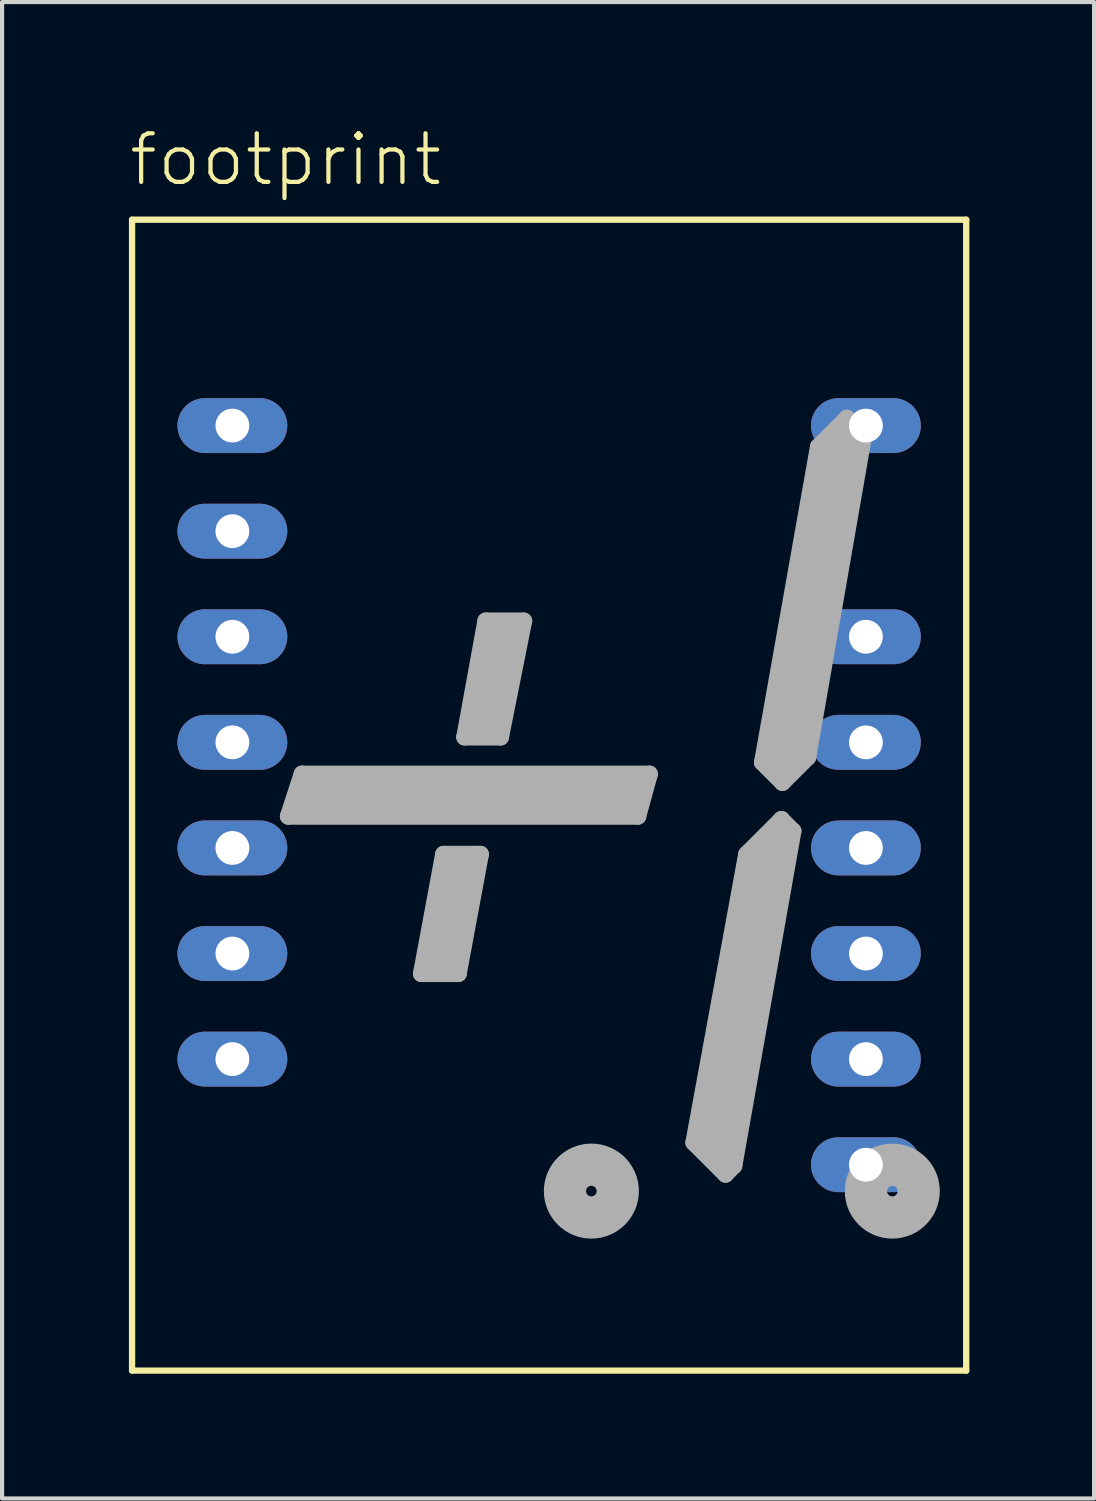
<source format=kicad_pcb>
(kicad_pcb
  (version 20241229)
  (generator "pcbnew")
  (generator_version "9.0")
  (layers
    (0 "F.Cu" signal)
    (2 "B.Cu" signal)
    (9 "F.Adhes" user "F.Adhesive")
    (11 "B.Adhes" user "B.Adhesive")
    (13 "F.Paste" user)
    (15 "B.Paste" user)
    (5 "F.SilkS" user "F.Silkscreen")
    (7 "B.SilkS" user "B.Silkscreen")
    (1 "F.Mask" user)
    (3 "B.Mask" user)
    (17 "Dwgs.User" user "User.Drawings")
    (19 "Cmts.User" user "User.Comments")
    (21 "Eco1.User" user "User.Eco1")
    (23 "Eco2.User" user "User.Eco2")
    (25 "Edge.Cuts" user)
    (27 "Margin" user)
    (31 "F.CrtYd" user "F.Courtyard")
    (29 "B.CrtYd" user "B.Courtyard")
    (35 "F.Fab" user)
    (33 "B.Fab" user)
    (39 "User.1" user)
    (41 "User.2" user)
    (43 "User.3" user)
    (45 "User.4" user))
  (footprint "footprint"
    (layer "F.Cu")
    (at 10.16 16.078)
    (property "Reference" "footprint" (at -10.16 -14.605 0) (layer "F.SilkS") (effects (font (size 1.168 1.168) (thickness 0.102)) (justify left bottom)))
    (fp_line (start -10.033 -13.843) (end -10.033 13.843) (stroke (width 0.152) (type solid)) (layer "F.SilkS"))
    (fp_line (start -10.033 -13.843) (end 10.033 -13.843) (stroke (width 0.152) (type solid)) (layer "F.SilkS"))
    (fp_line (start 10.033 13.843) (end -10.033 13.843) (stroke (width 0.152) (type solid)) (layer "F.SilkS"))
    (fp_line (start 10.033 13.843) (end 10.033 -13.843) (stroke (width 0.152) (type solid)) (layer "F.SilkS"))
    (fp_line (start -6.274 0.508) (end -5.944 -0.508) (stroke (width 0.406) (type solid)) (layer "F.Fab"))
    (fp_line (start -5.944 -0.508) (end 2.413 -0.508) (stroke (width 0.406) (type solid)) (layer "F.Fab"))
    (fp_line (start -3.073 4.293) (end -2.184 4.293) (stroke (width 0.406) (type solid)) (layer "F.Fab"))
    (fp_line (start -2.54 1.422) (end -3.073 4.293) (stroke (width 0.406) (type solid)) (layer "F.Fab"))
    (fp_line (start -2.54 1.422) (end -1.651 1.422) (stroke (width 0.406) (type solid)) (layer "F.Fab"))
    (fp_line (start -2.515 3.937) (end -2.134 1.829) (stroke (width 0.813) (type solid)) (layer "F.Fab"))
    (fp_line (start -2.184 4.293) (end -1.651 1.422) (stroke (width 0.406) (type solid)) (layer "F.Fab"))
    (fp_line (start -2.032 -1.397) (end -1.524 -4.191) (stroke (width 0.406) (type solid)) (layer "F.Fab"))
    (fp_line (start -1.6 -1.778) (end -1.194 -3.785) (stroke (width 0.813) (type solid)) (layer "F.Fab"))
    (fp_line (start -1.524 -4.191) (end -0.61 -4.191) (stroke (width 0.406) (type solid)) (layer "F.Fab"))
    (fp_line (start -1.168 -1.397) (end -2.032 -1.397) (stroke (width 0.406) (type solid)) (layer "F.Fab"))
    (fp_line (start -0.61 -4.191) (end -1.168 -1.397) (stroke (width 0.406) (type solid)) (layer "F.Fab"))
    (fp_line (start 1.956 0) (end -5.817 0) (stroke (width 0.813) (type solid)) (layer "F.Fab"))
    (fp_line (start 2.134 0.508) (end -6.274 0.508) (stroke (width 0.406) (type solid)) (layer "F.Fab"))
    (fp_line (start 2.413 -0.508) (end 2.134 0.508) (stroke (width 0.406) (type solid)) (layer "F.Fab"))
    (fp_line (start 3.48 8.357) (end 4.242 9.119) (stroke (width 0.406) (type solid)) (layer "F.Fab"))
    (fp_line (start 4.242 9.119) (end 4.445 8.915) (stroke (width 0.406) (type solid)) (layer "F.Fab"))
    (fp_line (start 4.445 8.915) (end 5.867 0.864) (stroke (width 0.406) (type solid)) (layer "F.Fab"))
    (fp_line (start 4.75 1.422) (end 3.48 8.357) (stroke (width 0.406) (type solid)) (layer "F.Fab"))
    (fp_line (start 5.131 -0.787) (end 5.613 -0.305) (stroke (width 0.406) (type solid)) (layer "F.Fab"))
    (fp_line (start 5.385 1.168) (end 4.039 8.534) (stroke (width 0.813) (type solid)) (layer "F.Fab"))
    (fp_line (start 5.588 0.584) (end 4.75 1.422) (stroke (width 0.406) (type solid)) (layer "F.Fab"))
    (fp_line (start 5.613 -0.305) (end 6.223 -0.914) (stroke (width 0.406) (type solid)) (layer "F.Fab"))
    (fp_line (start 5.867 0.864) (end 5.588 0.584) (stroke (width 0.406) (type solid)) (layer "F.Fab"))
    (fp_line (start 6.223 -0.914) (end 7.569 -8.661) (stroke (width 0.406) (type solid)) (layer "F.Fab"))
    (fp_line (start 6.477 -8.382) (end 5.131 -0.787) (stroke (width 0.406) (type solid)) (layer "F.Fab"))
    (fp_line (start 6.985 -8.56) (end 5.664 -0.914) (stroke (width 0.813) (type solid)) (layer "F.Fab"))
    (fp_line (start 7.163 -9.068) (end 6.477 -8.382) (stroke (width 0.406) (type solid)) (layer "F.Fab"))
    (fp_line (start 7.569 -8.661) (end 7.163 -9.068) (stroke (width 0.406) (type solid)) (layer "F.Fab"))
    (fp_circle (center 1.016 9.525) (end 1.651 9.525) (stroke (width 1.016) (type solid)) (fill no) (layer "F.Fab"))
    (fp_circle (center 8.255 9.525) (end 8.89 9.525) (stroke (width 1.016) (type solid)) (fill no) (layer "F.Fab"))
    (fp_poly (pts (xy 0.381 10.16) (xy 1.651 10.16) (xy 1.651 8.89) (xy 0.381 8.89)) (stroke (width 0.1) (type solid)) (fill no) (layer "F.Fab"))
    (fp_poly (pts (xy 7.62 10.16) (xy 8.89 10.16) (xy 8.89 8.89) (xy 7.62 8.89)) (stroke (width 0.1) (type solid)) (fill no) (layer "F.Fab"))
    (pad "2" thru_hole oval (at -7.62 -8.89) (size 2.642 1.321) (drill 0.813) (layers "*.Cu" "*.Mask"))
    (pad "3" thru_hole oval (at -7.62 -6.35) (size 2.642 1.321) (drill 0.813) (layers "*.Cu" "*.Mask"))
    (pad "4" thru_hole oval (at -7.62 -3.81) (size 2.642 1.321) (drill 0.813) (layers "*.Cu" "*.Mask"))
    (pad "5" thru_hole oval (at -7.62 -1.27) (size 2.642 1.321) (drill 0.813) (layers "*.Cu" "*.Mask"))
    (pad "6" thru_hole oval (at -7.62 1.27) (size 2.642 1.321) (drill 0.813) (layers "*.Cu" "*.Mask"))
    (pad "7" thru_hole oval (at -7.62 3.81) (size 2.642 1.321) (drill 0.813) (layers "*.Cu" "*.Mask"))
    (pad "8" thru_hole oval (at -7.62 6.35) (size 2.642 1.321) (drill 0.813) (layers "*.Cu" "*.Mask"))
    (pad "10" thru_hole oval (at 7.62 8.89) (size 2.642 1.321) (drill 0.813) (layers "*.Cu" "*.Mask"))
    (pad "11" thru_hole oval (at 7.62 6.35) (size 2.642 1.321) (drill 0.813) (layers "*.Cu" "*.Mask"))
    (pad "12" thru_hole oval (at 7.62 3.81) (size 2.642 1.321) (drill 0.813) (layers "*.Cu" "*.Mask"))
    (pad "13" thru_hole oval (at 7.62 1.27) (size 2.642 1.321) (drill 0.813) (layers "*.Cu" "*.Mask"))
    (pad "14" thru_hole oval (at 7.62 -1.27) (size 2.642 1.321) (drill 0.813) (layers "*.Cu" "*.Mask"))
    (pad "15" thru_hole oval (at 7.62 -3.81) (size 2.642 1.321) (drill 0.813) (layers "*.Cu" "*.Mask"))
    (pad "17" thru_hole oval (at 7.62 -8.89) (size 2.642 1.321) (drill 0.813) (layers "*.Cu" "*.Mask")))
  (gr_rect
    (start -3 -3)
    (end 23.269 32.997)
    (stroke (width 0.1) (type default))
    (fill no)
    (layer "Edge.Cuts")))
</source>
